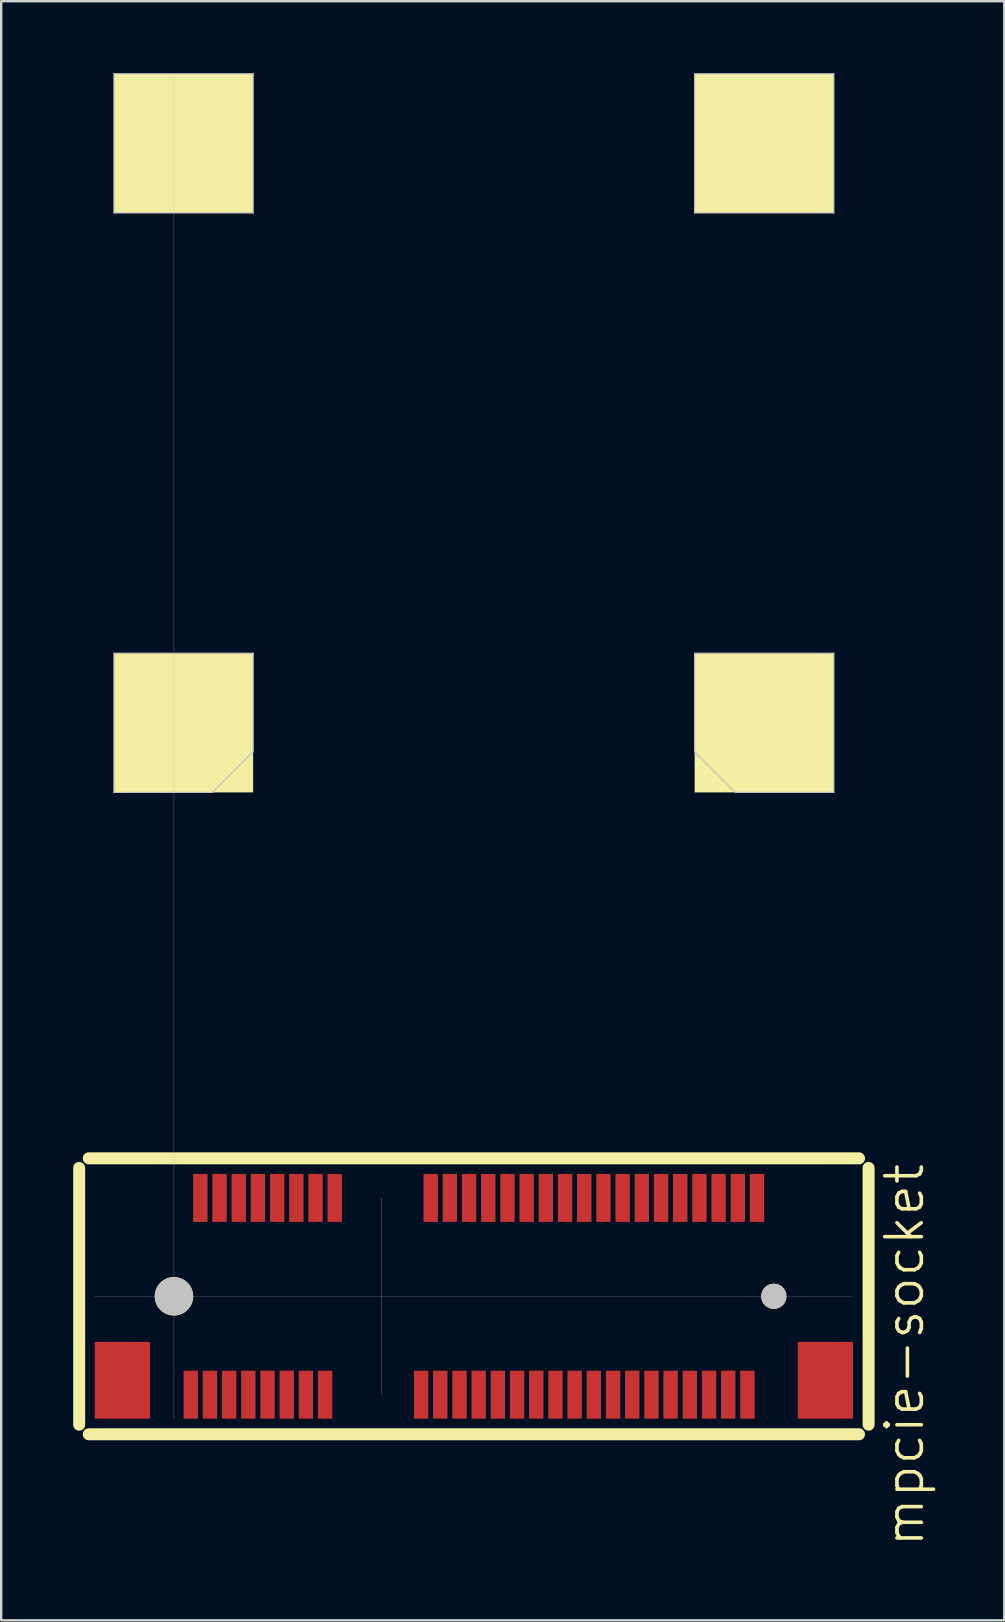
<source format=kicad_pcb>
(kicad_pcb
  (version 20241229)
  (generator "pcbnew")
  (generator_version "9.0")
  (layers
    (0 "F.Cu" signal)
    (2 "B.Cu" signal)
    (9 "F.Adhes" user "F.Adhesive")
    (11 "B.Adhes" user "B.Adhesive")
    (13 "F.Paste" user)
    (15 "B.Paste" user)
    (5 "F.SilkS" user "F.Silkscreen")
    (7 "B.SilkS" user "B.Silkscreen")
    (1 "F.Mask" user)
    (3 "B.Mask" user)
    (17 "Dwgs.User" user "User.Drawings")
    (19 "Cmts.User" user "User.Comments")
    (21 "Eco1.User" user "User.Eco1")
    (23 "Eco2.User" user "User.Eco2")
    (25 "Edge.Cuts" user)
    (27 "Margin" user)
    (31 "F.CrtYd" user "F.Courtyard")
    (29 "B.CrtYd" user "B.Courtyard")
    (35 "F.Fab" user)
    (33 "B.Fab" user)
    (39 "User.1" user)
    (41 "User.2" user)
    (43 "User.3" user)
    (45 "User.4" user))
  (footprint "mpcie-socket"
    (layer "F.Cu")
    (at 4.2 50.975)
    (property "Reference" "mpcie-socket" (at 30.45 2.45 90) (layer "F.SilkS") (effects (font (size 1.524 1.524) (thickness 0.15))))
    (attr through_hole)
    (fp_line (start -3.95 -5.35) (end -3.95 5.35) (stroke (width 0.5) (type solid)) (layer "F.SilkS"))
    (fp_line (start -3.55 5.75) (end 28.55 5.75) (stroke (width 0.5) (type solid)) (layer "F.SilkS"))
    (fp_line (start 28.55 -5.75) (end -3.55 -5.75) (stroke (width 0.5) (type solid)) (layer "F.SilkS"))
    (fp_line (start 28.95 5.35) (end 28.95 -5.35) (stroke (width 0.5) (type solid)) (layer "F.SilkS"))
    (fp_line (start -3.3 0) (end 28.225 0) (stroke (width 0.01) (type solid)) (layer "Dwgs.User"))
    (fp_line (start -2.5 -50.95) (end -2.5 -45.15) (stroke (width 0.05) (type solid)) (layer "Dwgs.User"))
    (fp_line (start -2.5 -50.95) (end 3.3 -50.95) (stroke (width 0.05) (type solid)) (layer "Dwgs.User"))
    (fp_line (start -2.5 -45.15) (end 3.3 -45.15) (stroke (width 0.05) (type solid)) (layer "Dwgs.User"))
    (fp_line (start -2.5 -26.8) (end -2.5 -21) (stroke (width 0.05) (type solid)) (layer "Dwgs.User"))
    (fp_line (start -2.5 -21) (end 1.6 -21) (stroke (width 0.05) (type solid)) (layer "Dwgs.User"))
    (fp_line (start 0 -50.95) (end 0 5.1) (stroke (width 0.01) (type solid)) (layer "Dwgs.User"))
    (fp_line (start 3.3 -50.95) (end 3.3 -45.15) (stroke (width 0.05) (type solid)) (layer "Dwgs.User"))
    (fp_line (start 3.3 -26.8) (end -2.5 -26.8) (stroke (width 0.05) (type solid)) (layer "Dwgs.User"))
    (fp_line (start 3.3 -22.7) (end 1.6 -21) (stroke (width 0.05) (type solid)) (layer "Dwgs.User"))
    (fp_line (start 3.3 -22.7) (end 3.3 -26.8) (stroke (width 0.05) (type solid)) (layer "Dwgs.User"))
    (fp_line (start 8.65 4.1) (end 8.65 -4.1) (stroke (width 0.01) (type solid)) (layer "Dwgs.User"))
    (fp_line (start 21.7 -50.95) (end 21.7 -45.15) (stroke (width 0.05) (type solid)) (layer "Dwgs.User"))
    (fp_line (start 21.7 -50.95) (end 27.5 -50.95) (stroke (width 0.05) (type solid)) (layer "Dwgs.User"))
    (fp_line (start 21.7 -45.15) (end 27.5 -45.15) (stroke (width 0.05) (type solid)) (layer "Dwgs.User"))
    (fp_line (start 21.7 -26.8) (end 27.5 -26.8) (stroke (width 0.05) (type solid)) (layer "Dwgs.User"))
    (fp_line (start 21.7 -22.7) (end 21.7 -26.8) (stroke (width 0.05) (type solid)) (layer "Dwgs.User"))
    (fp_line (start 21.7 -22.7) (end 23.4 -21) (stroke (width 0.05) (type solid)) (layer "Dwgs.User"))
    (fp_line (start 27.5 -50.95) (end 27.5 -45.15) (stroke (width 0.05) (type solid)) (layer "Dwgs.User"))
    (fp_line (start 27.5 -26.8) (end 27.5 -21) (stroke (width 0.05) (type solid)) (layer "Dwgs.User"))
    (fp_line (start 27.5 -21) (end 23.4 -21) (stroke (width 0.05) (type solid)) (layer "Dwgs.User"))
    (pad "" smd rect (at -2.15 3.5) (size 2.3 3.2) (layers "F.Cu" "F.Mask" "F.Paste"))
    (pad "" connect circle (at 0 0) (size 1.6 1.6) (layers "F.SilkS" "Dwgs.User"))
    (pad "" connect rect (at 0.4 -48.05) (size 5.8 5.8) (layers "F.SilkS"))
    (pad "" connect rect (at 0.4 -23.9) (size 5.8 5.8) (layers "F.SilkS"))
    (pad "" connect rect (at 24.6 -48.05) (size 5.8 5.8) (layers "F.SilkS"))
    (pad "" connect rect (at 24.6 -23.9) (size 5.8 5.8) (layers "F.SilkS"))
    (pad "" connect circle (at 25 0) (size 1.05 1.05) (layers "F.SilkS" "Dwgs.User"))
    (pad "" smd rect (at 27.15 3.5) (size 2.3 3.2) (layers "F.Cu" "F.Mask" "F.Paste"))
    (pad "1" smd rect (at 0.7 4.1) (size 0.6 2) (layers "F.Cu" "F.Mask" "F.Paste"))
    (pad "2" smd rect (at 1.1 -4.1) (size 0.6 2) (layers "F.Cu" "F.Mask" "F.Paste"))
    (pad "3" smd rect (at 1.5 4.1) (size 0.6 2) (layers "F.Cu" "F.Mask" "F.Paste"))
    (pad "4" smd rect (at 1.9 -4.1) (size 0.6 2) (layers "F.Cu" "F.Mask" "F.Paste"))
    (pad "5" smd rect (at 2.3 4.1) (size 0.6 2) (layers "F.Cu" "F.Mask" "F.Paste"))
    (pad "6" smd rect (at 2.7 -4.1) (size 0.6 2) (layers "F.Cu" "F.Mask" "F.Paste"))
    (pad "7" smd rect (at 3.1 4.1) (size 0.6 2) (layers "F.Cu" "F.Mask" "F.Paste"))
    (pad "8" smd rect (at 3.5 -4.1) (size 0.6 2) (layers "F.Cu" "F.Mask" "F.Paste"))
    (pad "9" smd rect (at 3.9 4.1) (size 0.6 2) (layers "F.Cu" "F.Mask" "F.Paste"))
    (pad "10" smd rect (at 4.3 -4.1) (size 0.6 2) (layers "F.Cu" "F.Mask" "F.Paste"))
    (pad "11" smd rect (at 4.7 4.1) (size 0.6 2) (layers "F.Cu" "F.Mask" "F.Paste"))
    (pad "12" smd rect (at 5.1 -4.1) (size 0.6 2) (layers "F.Cu" "F.Mask" "F.Paste"))
    (pad "13" smd rect (at 5.5 4.1) (size 0.6 2) (layers "F.Cu" "F.Mask" "F.Paste"))
    (pad "14" smd rect (at 5.9 -4.1) (size 0.6 2) (layers "F.Cu" "F.Mask" "F.Paste"))
    (pad "15" smd rect (at 6.3 4.1) (size 0.6 2) (layers "F.Cu" "F.Mask" "F.Paste"))
    (pad "16" smd rect (at 6.7 -4.1) (size 0.6 2) (layers "F.Cu" "F.Mask" "F.Paste"))
    (pad "17" smd rect (at 10.3 4.1) (size 0.6 2) (layers "F.Cu" "F.Mask" "F.Paste"))
    (pad "18" smd rect (at 10.7 -4.1) (size 0.6 2) (layers "F.Cu" "F.Mask" "F.Paste"))
    (pad "19" smd rect (at 11.1 4.1) (size 0.6 2) (layers "F.Cu" "F.Mask" "F.Paste"))
    (pad "20" smd rect (at 11.5 -4.1) (size 0.6 2) (layers "F.Cu" "F.Mask" "F.Paste"))
    (pad "21" smd rect (at 11.9 4.1) (size 0.6 2) (layers "F.Cu" "F.Mask" "F.Paste"))
    (pad "22" smd rect (at 12.3 -4.1) (size 0.6 2) (layers "F.Cu" "F.Mask" "F.Paste"))
    (pad "23" smd rect (at 12.7 4.1) (size 0.6 2) (layers "F.Cu" "F.Mask" "F.Paste"))
    (pad "24" smd rect (at 13.1 -4.1) (size 0.6 2) (layers "F.Cu" "F.Mask" "F.Paste"))
    (pad "25" smd rect (at 13.5 4.1) (size 0.6 2) (layers "F.Cu" "F.Mask" "F.Paste"))
    (pad "26" smd rect (at 13.9 -4.1) (size 0.6 2) (layers "F.Cu" "F.Mask" "F.Paste"))
    (pad "27" smd rect (at 14.3 4.1) (size 0.6 2) (layers "F.Cu" "F.Mask" "F.Paste"))
    (pad "28" smd rect (at 14.7 -4.1) (size 0.6 2) (layers "F.Cu" "F.Mask" "F.Paste"))
    (pad "29" smd rect (at 15.1 4.1) (size 0.6 2) (layers "F.Cu" "F.Mask" "F.Paste"))
    (pad "30" smd rect (at 15.5 -4.1) (size 0.6 2) (layers "F.Cu" "F.Mask" "F.Paste"))
    (pad "31" smd rect (at 15.9 4.1) (size 0.6 2) (layers "F.Cu" "F.Mask" "F.Paste"))
    (pad "32" smd rect (at 16.3 -4.1) (size 0.6 2) (layers "F.Cu" "F.Mask" "F.Paste"))
    (pad "33" smd rect (at 16.7 4.1) (size 0.6 2) (layers "F.Cu" "F.Mask" "F.Paste"))
    (pad "34" smd rect (at 17.1 -4.1) (size 0.6 2) (layers "F.Cu" "F.Mask" "F.Paste"))
    (pad "35" smd rect (at 17.5 4.1) (size 0.6 2) (layers "F.Cu" "F.Mask" "F.Paste"))
    (pad "36" smd rect (at 17.9 -4.1) (size 0.6 2) (layers "F.Cu" "F.Mask" "F.Paste"))
    (pad "37" smd rect (at 18.3 4.1) (size 0.6 2) (layers "F.Cu" "F.Mask" "F.Paste"))
    (pad "38" smd rect (at 18.7 -4.1) (size 0.6 2) (layers "F.Cu" "F.Mask" "F.Paste"))
    (pad "39" smd rect (at 19.1 4.1) (size 0.6 2) (layers "F.Cu" "F.Mask" "F.Paste"))
    (pad "40" smd rect (at 19.5 -4.1) (size 0.6 2) (layers "F.Cu" "F.Mask" "F.Paste"))
    (pad "41" smd rect (at 19.9 4.1) (size 0.6 2) (layers "F.Cu" "F.Mask" "F.Paste"))
    (pad "42" smd rect (at 20.3 -4.1) (size 0.6 2) (layers "F.Cu" "F.Mask" "F.Paste"))
    (pad "43" smd rect (at 20.7 4.1) (size 0.6 2) (layers "F.Cu" "F.Mask" "F.Paste"))
    (pad "44" smd rect (at 21.1 -4.1) (size 0.6 2) (layers "F.Cu" "F.Mask" "F.Paste"))
    (pad "45" smd rect (at 21.5 4.1) (size 0.6 2) (layers "F.Cu" "F.Mask" "F.Paste"))
    (pad "46" smd rect (at 21.9 -4.1) (size 0.6 2) (layers "F.Cu" "F.Mask" "F.Paste"))
    (pad "47" smd rect (at 22.3 4.1) (size 0.6 2) (layers "F.Cu" "F.Mask" "F.Paste"))
    (pad "48" smd rect (at 22.7 -4.1) (size 0.6 2) (layers "F.Cu" "F.Mask" "F.Paste"))
    (pad "49" smd rect (at 23.1 4.1) (size 0.6 2) (layers "F.Cu" "F.Mask" "F.Paste"))
    (pad "50" smd rect (at 23.5 -4.1) (size 0.6 2) (layers "F.Cu" "F.Mask" "F.Paste"))
    (pad "51" smd rect (at 23.9 4.1) (size 0.6 2) (layers "F.Cu" "F.Mask" "F.Paste"))
    (pad "52" smd rect (at 24.3 -4.1) (size 0.6 2) (layers "F.Cu" "F.Mask" "F.Paste")))
  (gr_rect
    (start -3 -3)
    (end 38.805 64.48)
    (stroke (width 0.1) (type default))
    (fill no)
    (layer "Edge.Cuts")))
</source>
